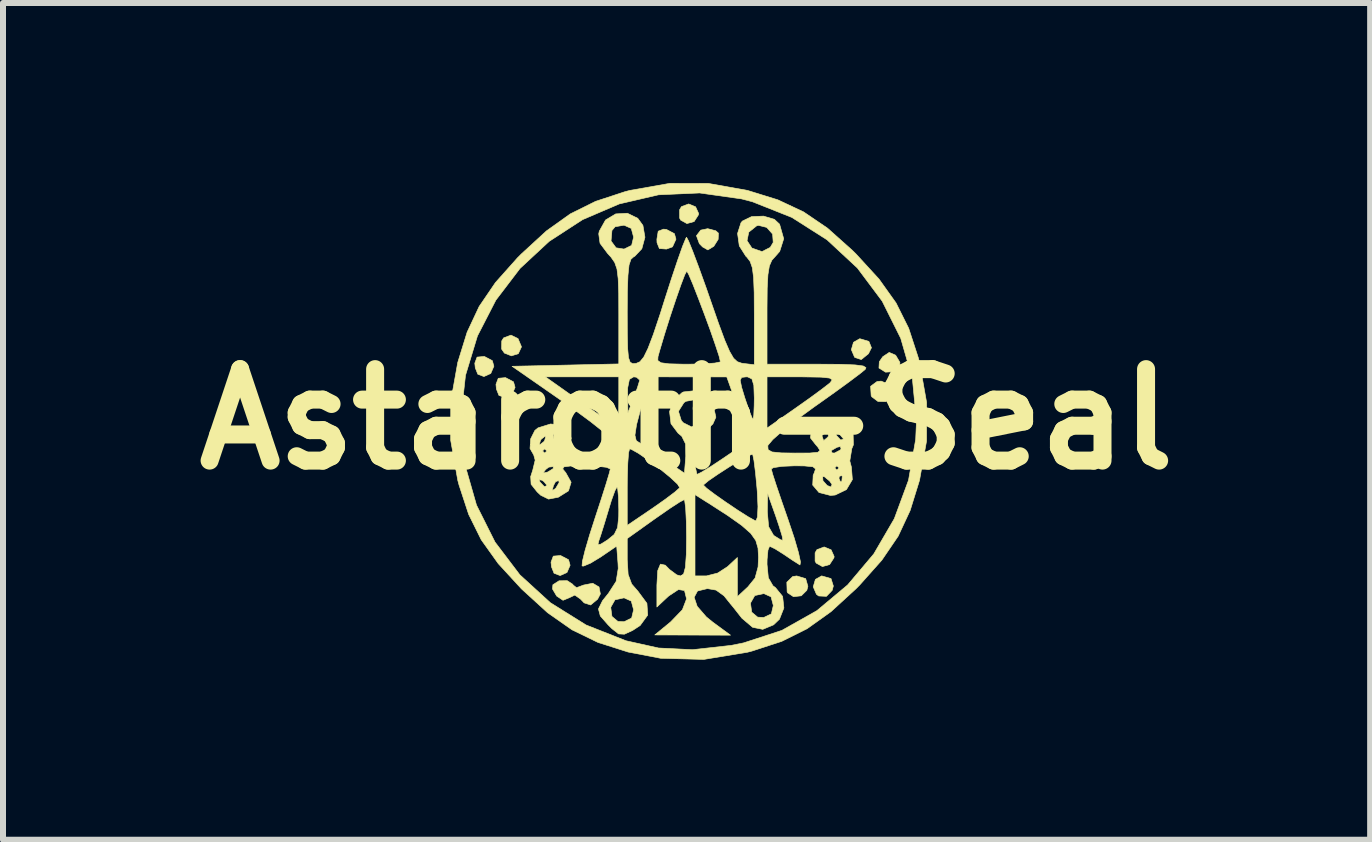
<source format=kicad_pcb>
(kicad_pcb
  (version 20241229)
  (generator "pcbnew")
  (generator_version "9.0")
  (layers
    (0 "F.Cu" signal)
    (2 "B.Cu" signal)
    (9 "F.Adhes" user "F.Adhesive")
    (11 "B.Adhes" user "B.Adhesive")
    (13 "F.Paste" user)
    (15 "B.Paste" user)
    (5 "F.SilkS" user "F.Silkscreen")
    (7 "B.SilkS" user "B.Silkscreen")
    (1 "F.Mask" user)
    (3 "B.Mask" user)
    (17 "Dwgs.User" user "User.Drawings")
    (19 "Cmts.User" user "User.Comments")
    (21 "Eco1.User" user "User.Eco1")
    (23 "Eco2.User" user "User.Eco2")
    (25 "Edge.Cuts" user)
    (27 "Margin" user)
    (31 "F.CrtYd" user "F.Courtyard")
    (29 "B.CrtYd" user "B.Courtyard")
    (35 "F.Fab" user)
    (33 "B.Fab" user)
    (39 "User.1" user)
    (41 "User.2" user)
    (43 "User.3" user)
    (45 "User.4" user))
  (footprint "Astaroth-Seal"
    (layer "F.Cu")
    (at 8.389 3.935)
    (property "Reference" "Astaroth-Seal" (at 0 0 0) (layer "F.SilkS") (effects (font (size 1.524 1.524) (thickness 0.3))))
    (attr through_hole)
    (fp_poly (pts (xy -3.236 -0.976) (xy -3.21 -0.883) (xy -3.262 -0.762) (xy -3.376 -0.711) (xy -3.478 -0.75) (xy -3.52 -0.856) (xy -3.528 -0.934) (xy -3.49 -1.035) (xy -3.369 -1.046) (xy -3.236 -0.976)) (stroke (width 0.01) (type solid)) (fill yes) (layer "F.SilkS"))
    (fp_poly (pts (xy -2.883 -0.623) (xy -2.857 -0.53) (xy -2.909 -0.41) (xy -3.023 -0.358) (xy -3.126 -0.397) (xy -3.168 -0.503) (xy -3.175 -0.581) (xy -3.137 -0.682) (xy -3.016 -0.693) (xy -2.883 -0.623)) (stroke (width 0.01) (type solid)) (fill yes) (layer "F.SilkS"))
    (fp_poly (pts (xy -1.966 2.341) (xy -1.94 2.433) (xy -1.992 2.554) (xy -2.106 2.605) (xy -2.208 2.566) (xy -2.25 2.46) (xy -2.258 2.382) (xy -2.22 2.281) (xy -2.099 2.271) (xy -1.966 2.341)) (stroke (width 0.01) (type solid)) (fill yes) (layer "F.SilkS"))
    (fp_poly (pts (xy -2.808 -1.344) (xy -2.752 -1.211) (xy -2.752 -1.202) (xy -2.803 -1.092) (xy -2.918 -1.056) (xy -3.035 -1.102) (xy -3.081 -1.169) (xy -3.079 -1.305) (xy -3.048 -1.355) (xy -2.925 -1.401) (xy -2.808 -1.344)) (stroke (width 0.01) (type solid)) (fill yes) (layer "F.SilkS"))
    (fp_poly (pts (xy -0.335 -3.162) (xy -0.202 -3.092) (xy -0.176 -2.999) (xy -0.234 -2.872) (xy -0.335 -2.835) (xy -0.453 -2.844) (xy -0.492 -2.942) (xy -0.494 -2.999) (xy -0.472 -3.133) (xy -0.383 -3.167) (xy -0.335 -3.162)) (stroke (width 0.01) (type solid)) (fill yes) (layer "F.SilkS"))
    (fp_poly (pts (xy 0.151 -3.539) (xy 0.201 -3.429) (xy 0.198 -3.405) (xy 0.126 -3.293) (xy 0.006 -3.26) (xy -0.098 -3.318) (xy -0.115 -3.351) (xy -0.116 -3.489) (xy -0.085 -3.542) (xy 0.035 -3.587) (xy 0.151 -3.539)) (stroke (width 0.01) (type solid)) (fill yes) (layer "F.SilkS"))
    (fp_poly (pts (xy 1.985 2.656) (xy 2.022 2.784) (xy 2.004 2.851) (xy 1.912 2.942) (xy 1.782 2.957) (xy 1.684 2.892) (xy 1.676 2.875) (xy 1.671 2.716) (xy 1.769 2.621) (xy 1.836 2.611) (xy 1.985 2.656)) (stroke (width 0.01) (type solid)) (fill yes) (layer "F.SilkS"))
    (fp_poly (pts (xy 2.407 2.655) (xy 2.446 2.779) (xy 2.427 2.851) (xy 2.331 2.951) (xy 2.202 2.945) (xy 2.164 2.916) (xy 2.111 2.792) (xy 2.147 2.669) (xy 2.25 2.611) (xy 2.254 2.611) (xy 2.407 2.655)) (stroke (width 0.01) (type solid)) (fill yes) (layer "F.SilkS"))
    (fp_poly (pts (xy 2.409 2.176) (xy 2.459 2.286) (xy 2.456 2.31) (xy 2.383 2.422) (xy 2.264 2.455) (xy 2.16 2.397) (xy 2.142 2.364) (xy 2.142 2.226) (xy 2.173 2.173) (xy 2.293 2.128) (xy 2.409 2.176)) (stroke (width 0.01) (type solid)) (fill yes) (layer "F.SilkS"))
    (fp_poly (pts (xy 3.038 -1.297) (xy 3.081 -1.191) (xy 3.031 -1.091) (xy 2.911 -0.994) (xy 2.805 -1.029) (xy 2.799 -1.035) (xy 2.746 -1.159) (xy 2.782 -1.282) (xy 2.885 -1.341) (xy 2.889 -1.341) (xy 3.038 -1.297)) (stroke (width 0.01) (type solid)) (fill yes) (layer "F.SilkS"))
    (fp_poly (pts (xy 3.377 -0.58) (xy 3.421 -0.442) (xy 3.406 -0.37) (xy 3.319 -0.293) (xy 3.19 -0.296) (xy 3.087 -0.373) (xy 3.076 -0.394) (xy 3.067 -0.549) (xy 3.174 -0.628) (xy 3.242 -0.635) (xy 3.377 -0.58)) (stroke (width 0.01) (type solid)) (fill yes) (layer "F.SilkS"))
    (fp_poly (pts (xy 0.487 -3.14) (xy 0.531 -3.101) (xy 0.527 -2.997) (xy 0.454 -2.881) (xy 0.357 -2.822) (xy 0.353 -2.822) (xy 0.268 -2.87) (xy 0.214 -2.925) (xy 0.165 -3.058) (xy 0.237 -3.151) (xy 0.353 -3.175) (xy 0.487 -3.14)) (stroke (width 0.01) (type solid)) (fill yes) (layer "F.SilkS"))
    (fp_poly (pts (xy 3.481 -1.068) (xy 3.485 -1.065) (xy 3.555 -0.947) (xy 3.551 -0.877) (xy 3.457 -0.793) (xy 3.316 -0.784) (xy 3.206 -0.853) (xy 3.206 -0.853) (xy 3.212 -0.958) (xy 3.269 -1.041) (xy 3.377 -1.113) (xy 3.481 -1.068)) (stroke (width 0.01) (type solid)) (fill yes) (layer "F.SilkS"))
    (fp_poly (pts (xy -1.895 2.751) (xy -1.89 2.762) (xy -1.833 2.807) (xy -1.715 2.763) (xy -1.563 2.733) (xy -1.458 2.795) (xy -1.436 2.911) (xy -1.482 2.999) (xy -1.598 3.095) (xy -1.706 3.06) (xy -1.765 2.998) (xy -1.861 2.93) (xy -1.953 2.974) (xy -2.058 3.017) (xy -2.164 2.946) (xy -2.233 2.829) (xy -2.227 2.758) (xy -2.124 2.692) (xy -1.988 2.69) (xy -1.895 2.751)) (stroke (width 0.01) (type solid)) (fill yes) (layer "F.SilkS"))
    (fp_poly (pts (xy 0.363 -3.929) (xy 1.017 -3.812) (xy 1.52 -3.656) (xy 1.949 -3.455) (xy 2.348 -3.184) (xy 2.76 -2.816) (xy 2.824 -2.753) (xy 3.207 -2.335) (xy 3.491 -1.937) (xy 3.701 -1.516) (xy 3.861 -1.026) (xy 3.882 -0.946) (xy 4 -0.279) (xy 3.999 0.363) (xy 3.882 1.017) (xy 3.726 1.52) (xy 3.526 1.949) (xy 3.254 2.348) (xy 2.887 2.76) (xy 2.824 2.824) (xy 2.406 3.207) (xy 2.008 3.491) (xy 1.586 3.701) (xy 1.096 3.861) (xy 1.017 3.882) (xy 0.288 4.002) (xy -0.432 3.983) (xy -0.974 3.879) (xy -1.476 3.719) (xy -1.908 3.509) (xy -2.314 3.225) (xy -2.736 2.84) (xy -2.753 2.824) (xy -3.137 2.406) (xy -3.421 2.008) (xy -3.63 1.586) (xy -3.791 1.096) (xy -3.812 1.017) (xy -3.93 0.35) (xy -3.929 0.035) (xy -3.76 0.035) (xy -3.693 0.755) (xy -3.5 1.43) (xy -3.191 2.047) (xy -2.777 2.593) (xy -2.268 3.058) (xy -1.675 3.428) (xy -1.009 3.691) (xy -0.466 3.812) (xy 0.1 3.84) (xy 0.746 3.768) (xy 0.953 3.726) (xy 1.589 3.518) (xy 2.171 3.19) (xy 2.685 2.76) (xy 3.12 2.244) (xy 3.462 1.657) (xy 3.699 1.015) (xy 3.818 0.335) (xy 3.831 0.035) (xy 3.763 -0.675) (xy 3.569 -1.348) (xy 3.26 -1.967) (xy 2.847 -2.519) (xy 2.341 -2.989) (xy 1.755 -3.362) (xy 1.099 -3.623) (xy 0.917 -3.671) (xy 0.216 -3.77) (xy -0.468 -3.739) (xy -1.122 -3.587) (xy -1.733 -3.325) (xy -2.288 -2.964) (xy -2.774 -2.513) (xy -3.177 -1.984) (xy -3.484 -1.387) (xy -3.683 -0.731) (xy -3.76 -0.028) (xy -3.76 0.035) (xy -3.929 0.035) (xy -3.929 -0.293) (xy -3.812 -0.946) (xy -3.656 -1.45) (xy -3.455 -1.879) (xy -3.184 -2.277) (xy -2.816 -2.69) (xy -2.753 -2.753) (xy -2.335 -3.137) (xy -1.937 -3.421) (xy -1.516 -3.63) (xy -1.026 -3.791) (xy -0.946 -3.812) (xy -0.279 -3.93) (xy 0.363 -3.929)) (stroke (width 0.01) (type solid)) (fill yes) (layer "F.SilkS"))
    (fp_poly (pts (xy -0.813 -3.348) (xy -0.727 -3.23) (xy -0.693 -3.032) (xy -0.745 -2.84) (xy -0.864 -2.714) (xy -0.88 -2.707) (xy -0.926 -2.666) (xy -0.958 -2.57) (xy -0.976 -2.397) (xy -0.986 -2.124) (xy -0.988 -1.787) (xy -0.987 -1.422) (xy -0.981 -1.176) (xy -0.967 -1.026) (xy -0.94 -0.951) (xy -0.898 -0.926) (xy -0.84 -0.93) (xy -0.776 -0.958) (xy -0.76 -0.978) (xy -0.479 -0.978) (xy -0.426 -0.941) (xy -0.292 -0.923) (xy -0.049 -0.917) (xy 0.027 -0.917) (xy 0.282 -0.922) (xy 0.472 -0.936) (xy 0.561 -0.955) (xy 0.564 -0.959) (xy 0.542 -1.052) (xy 0.481 -1.237) (xy 0.396 -1.482) (xy 0.296 -1.754) (xy 0.195 -2.02) (xy 0.105 -2.25) (xy 0.037 -2.41) (xy 0.004 -2.468) (xy -0.03 -2.406) (xy -0.094 -2.238) (xy -0.178 -1.997) (xy -0.273 -1.712) (xy -0.367 -1.414) (xy -0.45 -1.135) (xy -0.476 -1.041) (xy -0.479 -0.978) (xy -0.76 -0.978) (xy -0.713 -1.035) (xy -0.642 -1.18) (xy -0.554 -1.411) (xy -0.441 -1.748) (xy -0.364 -1.992) (xy -0.249 -2.349) (xy -0.147 -2.653) (xy -0.066 -2.882) (xy -0.013 -3.011) (xy 0 -3.032) (xy 0.034 -2.969) (xy 0.104 -2.796) (xy 0.203 -2.533) (xy 0.321 -2.206) (xy 0.395 -1.993) (xy 0.533 -1.597) (xy 0.637 -1.316) (xy 0.718 -1.129) (xy 0.784 -1.016) (xy 0.847 -0.958) (xy 0.917 -0.934) (xy 0.942 -0.93) (xy 1.129 -0.908) (xy 1.129 -1.748) (xy 1.127 -2.111) (xy 1.117 -2.361) (xy 1.096 -2.524) (xy 1.06 -2.628) (xy 1.005 -2.7) (xy 0.988 -2.716) (xy 0.879 -2.888) (xy 0.867 -2.975) (xy 1.008 -2.975) (xy 1.089 -2.852) (xy 1.257 -2.793) (xy 1.395 -2.863) (xy 1.444 -2.946) (xy 1.434 -3.085) (xy 1.336 -3.196) (xy 1.199 -3.23) (xy 1.168 -3.222) (xy 1.037 -3.117) (xy 1.008 -2.975) (xy 0.867 -2.975) (xy 0.85 -3.095) (xy 0.907 -3.273) (xy 0.931 -3.302) (xy 1.084 -3.376) (xy 1.283 -3.384) (xy 1.463 -3.331) (xy 1.55 -3.25) (xy 1.619 -3.007) (xy 1.552 -2.796) (xy 1.482 -2.716) (xy 1.421 -2.648) (xy 1.38 -2.554) (xy 1.356 -2.407) (xy 1.344 -2.181) (xy 1.341 -1.847) (xy 1.341 -1.753) (xy 1.341 -0.917) (xy 2.201 -0.917) (xy 2.567 -0.915) (xy 2.809 -0.905) (xy 2.945 -0.887) (xy 2.99 -0.859) (xy 2.976 -0.829) (xy 2.887 -0.757) (xy 2.708 -0.622) (xy 2.463 -0.444) (xy 2.176 -0.24) (xy 2.133 -0.21) (xy 1.848 -0.002) (xy 1.609 0.187) (xy 1.437 0.339) (xy 1.357 0.434) (xy 1.354 0.443) (xy 1.359 0.508) (xy 1.424 0.545) (xy 1.578 0.561) (xy 1.805 0.564) (xy 2.055 0.563) (xy 2.187 0.551) (xy 2.22 0.524) (xy 2.409 0.524) (xy 2.426 0.561) (xy 2.465 0.564) (xy 2.561 0.513) (xy 2.575 0.495) (xy 2.563 0.455) (xy 2.508 0.467) (xy 2.409 0.524) (xy 2.22 0.524) (xy 2.223 0.521) (xy 2.186 0.462) (xy 2.15 0.421) (xy 2.065 0.312) (xy 2.068 0.282) (xy 2.258 0.282) (xy 2.282 0.351) (xy 2.289 0.353) (xy 2.349 0.303) (xy 2.364 0.282) (xy 2.359 0.232) (xy 2.481 0.232) (xy 2.498 0.271) (xy 2.569 0.347) (xy 2.61 0.332) (xy 2.611 0.322) (xy 2.56 0.262) (xy 2.529 0.24) (xy 2.481 0.232) (xy 2.359 0.232) (xy 2.358 0.217) (xy 2.332 0.212) (xy 2.261 0.263) (xy 2.258 0.282) (xy 2.068 0.282) (xy 2.075 0.232) (xy 2.168 0.129) (xy 2.339 0.032) (xy 2.521 0.034) (xy 2.678 0.115) (xy 2.776 0.253) (xy 2.78 0.427) (xy 2.754 0.489) (xy 2.72 0.695) (xy 2.747 0.798) (xy 2.763 1.006) (xy 2.664 1.173) (xy 2.477 1.263) (xy 2.397 1.27) (xy 2.207 1.221) (xy 2.102 1.097) (xy 2.109 0.955) (xy 2.268 0.955) (xy 2.273 1.025) (xy 2.343 1.104) (xy 2.406 1.129) (xy 2.424 1.088) (xy 2.384 1.03) (xy 2.333 0.988) (xy 2.54 0.988) (xy 2.566 1.046) (xy 2.587 1.035) (xy 2.595 0.951) (xy 2.587 0.941) (xy 2.545 0.95) (xy 2.54 0.988) (xy 2.333 0.988) (xy 2.298 0.959) (xy 2.268 0.955) (xy 2.109 0.955) (xy 2.11 0.931) (xy 2.126 0.898) (xy 2.15 0.828) (xy 2.129 0.811) (xy 2.469 0.811) (xy 2.505 0.847) (xy 2.54 0.811) (xy 2.505 0.776) (xy 2.469 0.811) (xy 2.129 0.811) (xy 2.105 0.792) (xy 1.963 0.778) (xy 1.803 0.776) (xy 1.589 0.785) (xy 1.447 0.807) (xy 1.412 0.829) (xy 1.434 0.913) (xy 1.495 1.101) (xy 1.585 1.366) (xy 1.694 1.68) (xy 1.795 1.981) (xy 1.865 2.222) (xy 1.899 2.379) (xy 1.89 2.428) (xy 1.888 2.427) (xy 1.769 2.352) (xy 1.612 2.246) (xy 1.47 2.157) (xy 1.384 2.117) (xy 1.383 2.117) (xy 1.357 2.18) (xy 1.342 2.338) (xy 1.341 2.417) (xy 1.363 2.642) (xy 1.439 2.774) (xy 1.482 2.806) (xy 1.601 2.952) (xy 1.622 3.145) (xy 1.548 3.332) (xy 1.45 3.426) (xy 1.27 3.501) (xy 1.101 3.467) (xy 0.922 3.315) (xy 0.783 3.138) (xy 0.722 3.064) (xy 1.065 3.064) (xy 1.086 3.215) (xy 1.185 3.298) (xy 1.287 3.303) (xy 1.413 3.243) (xy 1.446 3.104) (xy 1.408 2.959) (xy 1.287 2.905) (xy 1.137 2.938) (xy 1.065 3.064) (xy 0.722 3.064) (xy 0.625 2.943) (xy 0.492 2.847) (xy 0.348 2.822) (xy 0.183 2.862) (xy 0.127 2.967) (xy 0.177 3.117) (xy 0.33 3.294) (xy 0.437 3.381) (xy 0.733 3.598) (xy 0.102 3.596) (xy -0.529 3.594) (xy -0.265 3.377) (xy -0.069 3.174) (xy -0.000011 2.994) (xy 0 2.992) (xy -0.034 2.854) (xy -0.135 2.838) (xy -0.297 2.945) (xy -0.331 2.976) (xy -0.494 3.129) (xy -0.494 2.764) (xy -0.48 2.523) (xy -0.435 2.414) (xy -0.354 2.432) (xy -0.282 2.505) (xy -0.162 2.594) (xy -0.097 2.611) (xy 0.141 2.611) (xy 0.331 2.611) (xy 0.519 2.563) (xy 0.683 2.457) (xy 0.847 2.304) (xy 0.847 2.957) (xy 1.023 2.793) (xy 1.142 2.646) (xy 1.192 2.461) (xy 1.199 2.301) (xy 1.191 2.148) (xy 1.154 2.021) (xy 1.07 1.902) (xy 0.92 1.77) (xy 0.687 1.605) (xy 0.35 1.388) (xy 0.347 1.387) (xy 0.141 1.256) (xy 0.141 2.611) (xy -0.097 2.611) (xy -0.049 2.578) (xy -0.019 2.467) (xy -0.004 2.255) (xy 0 1.976) (xy -0.004 1.696) (xy -0.015 1.479) (xy -0.031 1.357) (xy -0.04 1.341) (xy -0.113 1.379) (xy -0.269 1.48) (xy -0.478 1.625) (xy -0.534 1.664) (xy -0.988 1.988) (xy -0.988 2.344) (xy -0.973 2.586) (xy -0.914 2.746) (xy -0.811 2.864) (xy -0.66 3.068) (xy -0.647 3.264) (xy -0.773 3.437) (xy -0.895 3.517) (xy -1.035 3.582) (xy -1.132 3.577) (xy -1.244 3.489) (xy -1.308 3.425) (xy -1.437 3.278) (xy -1.468 3.161) (xy -1.454 3.134) (xy -1.263 3.134) (xy -1.243 3.286) (xy -1.144 3.369) (xy -1.041 3.374) (xy -0.915 3.313) (xy -0.882 3.175) (xy -0.921 3.03) (xy -1.041 2.976) (xy -1.192 3.009) (xy -1.263 3.134) (xy -1.454 3.134) (xy -1.4 3.024) (xy -1.301 2.901) (xy -1.173 2.702) (xy -1.138 2.486) (xy -1.142 2.4) (xy -1.164 2.114) (xy -1.434 2.298) (xy -1.601 2.399) (xy -1.716 2.447) (xy -1.741 2.445) (xy -1.735 2.367) (xy -1.69 2.184) (xy -1.662 2.089) (xy -1.477 2.089) (xy -1.43 2.082) (xy -1.316 2.011) (xy -1.205 1.92) (xy -1.149 1.805) (xy -1.13 1.617) (xy -1.129 1.509) (xy -1.134 1.299) (xy -1.147 1.161) (xy -1.158 1.132) (xy -0.988 1.132) (xy -0.988 1.769) (xy -0.569 1.485) (xy -0.357 1.336) (xy -0.195 1.214) (xy -0.115 1.143) (xy -0.113 1.141) (xy -0.14 1.098) (xy 0.282 1.098) (xy 0.336 1.151) (xy 0.473 1.254) (xy 0.658 1.384) (xy 0.854 1.516) (xy 1.026 1.625) (xy 1.137 1.687) (xy 1.157 1.693) (xy 1.182 1.628) (xy 1.186 1.544) (xy 1.346 1.544) (xy 1.368 1.791) (xy 1.449 1.932) (xy 1.464 1.944) (xy 1.569 2.009) (xy 1.605 2.017) (xy 1.593 1.947) (xy 1.543 1.784) (xy 1.487 1.617) (xy 1.351 1.235) (xy 1.346 1.544) (xy 1.186 1.544) (xy 1.19 1.454) (xy 1.178 1.201) (xy 1.174 1.152) (xy 1.149 0.892) (xy 1.124 0.692) (xy 1.103 0.589) (xy 1.1 0.583) (xy 1.036 0.606) (xy 0.892 0.685) (xy 0.708 0.797) (xy 0.521 0.918) (xy 0.368 1.023) (xy 0.287 1.09) (xy 0.282 1.098) (xy -0.14 1.098) (xy -0.151 1.081) (xy -0.272 0.968) (xy -0.443 0.828) (xy -0.631 0.686) (xy -0.802 0.568) (xy -0.922 0.501) (xy -0.949 0.494) (xy -0.966 0.559) (xy -0.979 0.734) (xy -0.987 0.987) (xy -0.988 1.132) (xy -1.158 1.132) (xy -1.159 1.129) (xy -1.193 1.191) (xy -1.251 1.35) (xy -1.301 1.514) (xy -1.372 1.749) (xy -1.432 1.94) (xy -1.459 2.017) (xy -1.477 2.089) (xy -1.662 2.089) (xy -1.614 1.925) (xy -1.524 1.645) (xy -1.423 1.337) (xy -1.341 1.079) (xy -1.287 0.899) (xy -1.27 0.829) (xy -1.334 0.801) (xy -1.501 0.782) (xy -1.698 0.776) (xy -1.93 0.779) (xy -2.044 0.794) (xy -2.063 0.829) (xy -2.012 0.891) (xy -1.923 1.05) (xy -1.967 1.194) (xy -2.137 1.3) (xy -2.299 1.331) (xy -2.429 1.267) (xy -2.486 1.214) (xy -2.505 1.191) (xy -2.239 1.191) (xy -2.188 1.157) (xy -2.178 1.148) (xy -2.123 1.055) (xy -2.13 1.021) (xy -2.183 1.042) (xy -2.218 1.108) (xy -2.239 1.191) (xy -2.505 1.191) (xy -2.59 1.084) (xy -2.594 1.008) (xy -2.458 1.008) (xy -2.441 1.047) (xy -2.37 1.123) (xy -2.329 1.108) (xy -2.328 1.098) (xy -2.378 1.038) (xy -2.41 1.016) (xy -2.458 1.008) (xy -2.594 1.008) (xy -2.597 0.956) (xy -2.578 0.897) (xy -2.392 0.897) (xy -2.321 0.882) (xy -2.308 0.877) (xy -2.221 0.822) (xy -2.221 0.79) (xy -2.295 0.798) (xy -2.347 0.838) (xy -2.392 0.897) (xy -2.578 0.897) (xy -2.562 0.847) (xy -2.522 0.682) (xy -2.546 0.596) (xy -2.584 0.529) (xy -2.399 0.529) (xy -2.364 0.564) (xy -2.328 0.529) (xy -2.364 0.494) (xy -2.399 0.529) (xy -2.584 0.529) (xy -2.608 0.487) (xy -2.603 0.419) (xy -2.452 0.419) (xy -2.442 0.423) (xy -2.378 0.374) (xy -2.364 0.353) (xy -2.346 0.287) (xy -2.355 0.282) (xy -2.42 0.332) (xy -2.434 0.353) (xy -2.452 0.419) (xy -2.603 0.419) (xy -2.598 0.329) (xy -2.565 0.263) (xy -2.224 0.263) (xy -2.213 0.318) (xy -2.163 0.41) (xy -2.144 0.423) (xy -2.12 0.366) (xy -2.117 0.318) (xy -2.154 0.224) (xy -2.185 0.212) (xy -2.224 0.263) (xy -2.565 0.263) (xy -2.527 0.187) (xy -2.474 0.144) (xy -2.266 0.079) (xy -2.084 0.098) (xy -1.96 0.183) (xy -1.922 0.318) (xy -1.965 0.432) (xy -2.004 0.507) (xy -1.983 0.547) (xy -1.878 0.559) (xy -1.662 0.553) (xy -1.608 0.55) (xy -1.347 0.528) (xy -1.206 0.489) (xy -1.164 0.429) (xy -1.219 0.356) (xy -1.321 0.266) (xy -0.86 0.266) (xy -0.839 0.354) (xy -0.824 0.366) (xy -0.724 0.431) (xy -0.55 0.548) (xy -0.388 0.658) (xy -0.035 0.899) (xy -0.013 0.618) (xy -0.017 0.41) (xy -0.08 0.283) (xy -0.141 0.232) (xy -0.259 0.075) (xy -0.283 -0.126) (xy -0.281 -0.132) (xy -0.135 -0.132) (xy -0.087 0.022) (xy -0.054 0.059) (xy 0.085 0.128) (xy 0.206 0.074) (xy 0.268 -0.08) (xy 0.239 -0.244) (xy 0.131 -0.325) (xy -0.012 -0.298) (xy -0.044 -0.275) (xy -0.135 -0.132) (xy -0.281 -0.132) (xy -0.217 -0.317) (xy -0.071 -0.446) (xy -0.049 -0.455) (xy 0.178 -0.48) (xy 0.351 -0.375) (xy 0.457 -0.179) (xy 0.489 -0.034) (xy 0.439 0.079) (xy 0.334 0.18) (xy 0.196 0.339) (xy 0.144 0.535) (xy 0.141 0.632) (xy 0.15 0.81) (xy 0.171 0.909) (xy 0.18 0.917) (xy 0.254 0.88) (xy 0.41 0.784) (xy 0.617 0.647) (xy 0.633 0.636) (xy 1.047 0.355) (xy 0.69 -0.65) (xy 0.894 -0.65) (xy 0.918 -0.53) (xy 0.972 -0.353) (xy 1.039 -0.155) (xy 1.09 -0.027) (xy 1.107 0) (xy 1.12 -0.064) (xy 1.127 -0.226) (xy 1.129 -0.353) (xy 1.121 -0.565) (xy 1.089 -0.671) (xy 1.019 -0.705) (xy 0.994 -0.706) (xy 1.341 -0.706) (xy 1.341 0.148) (xy 1.817 -0.185) (xy 2.053 -0.352) (xy 2.252 -0.498) (xy 2.38 -0.597) (xy 2.396 -0.612) (xy 2.427 -0.658) (xy 2.382 -0.686) (xy 2.241 -0.701) (xy 1.983 -0.705) (xy 1.92 -0.706) (xy 1.341 -0.706) (xy 0.994 -0.706) (xy 0.919 -0.697) (xy 0.894 -0.65) (xy 0.69 -0.65) (xy 0.67 -0.705) (xy -0.607 -0.706) (xy -0.757 -0.194) (xy -0.833 0.09) (xy -0.86 0.266) (xy -1.321 0.266) (xy -1.372 0.221) (xy -1.6 0.04) (xy -1.885 -0.17) (xy -2.035 -0.276) (xy -2.653 -0.706) (xy -2.352 -0.706) (xy -1.758 -0.286) (xy -1.51 -0.111) (xy -1.309 0.029) (xy -1.181 0.117) (xy -1.147 0.138) (xy -1.137 0.076) (xy -1.131 -0.09) (xy -1.129 -0.282) (xy -1.129 -0.406) (xy -0.982 -0.406) (xy -0.977 -0.106) (xy -0.882 -0.353) (xy -0.818 -0.527) (xy -0.783 -0.642) (xy -0.781 -0.653) (xy -0.834 -0.7) (xy -0.882 -0.706) (xy -0.952 -0.664) (xy -0.981 -0.522) (xy -0.982 -0.406) (xy -1.129 -0.406) (xy -1.129 -0.706) (xy -2.352 -0.706) (xy -2.653 -0.706) (xy -2.907 -0.882) (xy -1.129 -0.921) (xy -1.129 -1.744) (xy -1.13 -2.099) (xy -1.139 -2.341) (xy -1.159 -2.503) (xy -1.197 -2.612) (xy -1.258 -2.7) (xy -1.314 -2.761) (xy -1.441 -2.931) (xy -1.447 -2.97) (xy -1.258 -2.97) (xy -1.174 -2.856) (xy -1.041 -2.835) (xy -0.915 -2.896) (xy -0.882 -3.034) (xy -0.921 -3.179) (xy -1.041 -3.233) (xy -1.19 -3.207) (xy -1.243 -3.145) (xy -1.258 -2.97) (xy -1.447 -2.97) (xy -1.463 -3.088) (xy -1.454 -3.133) (xy -1.35 -3.319) (xy -1.18 -3.421) (xy -0.986 -3.432) (xy -0.813 -3.348)) (stroke (width 0.01) (type solid)) (fill yes) (layer "F.SilkS")))
  (gr_rect
    (start -3 -3)
    (end 19.779 10.942)
    (stroke (width 0.1) (type default))
    (fill no)
    (layer "Edge.Cuts")))
</source>
